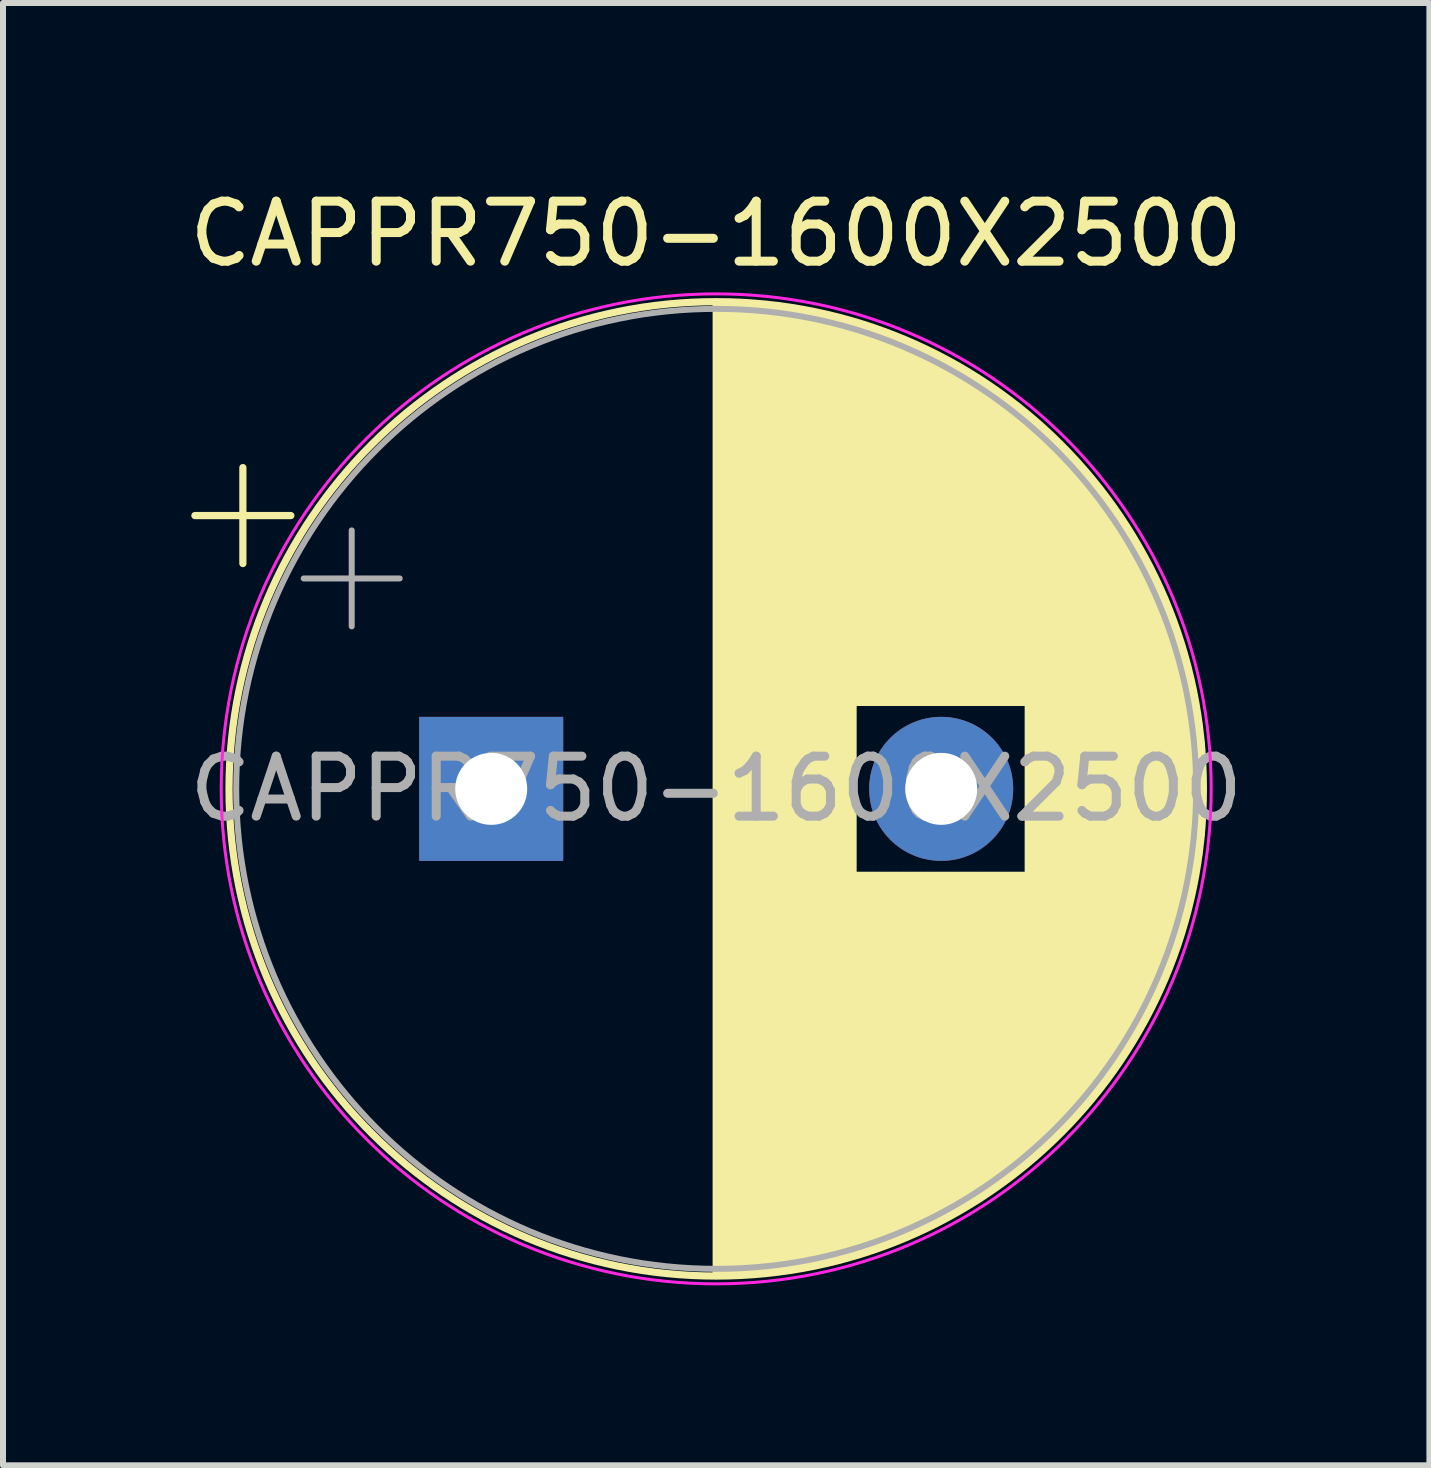
<source format=kicad_pcb>
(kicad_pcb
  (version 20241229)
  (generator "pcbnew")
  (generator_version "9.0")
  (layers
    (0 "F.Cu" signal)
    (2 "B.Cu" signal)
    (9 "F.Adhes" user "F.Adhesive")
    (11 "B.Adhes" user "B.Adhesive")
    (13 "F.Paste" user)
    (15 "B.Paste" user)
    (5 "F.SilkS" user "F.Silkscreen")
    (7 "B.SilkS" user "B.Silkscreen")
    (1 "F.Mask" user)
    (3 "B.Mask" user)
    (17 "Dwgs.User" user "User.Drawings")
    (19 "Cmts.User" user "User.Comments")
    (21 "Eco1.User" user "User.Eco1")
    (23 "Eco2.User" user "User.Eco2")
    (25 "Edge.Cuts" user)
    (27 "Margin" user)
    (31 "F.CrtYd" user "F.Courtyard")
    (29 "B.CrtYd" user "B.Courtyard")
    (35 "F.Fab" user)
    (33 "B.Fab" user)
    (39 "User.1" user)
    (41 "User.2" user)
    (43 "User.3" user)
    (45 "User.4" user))
  (footprint "CAPPR750-1600X2500"
    (layer "F.Cu")
    (at 5.137 10.098)
    (property "Reference" "CAPPR750-1600X2500" (at 3.75 -9.25 0) (layer "F.SilkS") (effects (font (size 1 1) (thickness 0.15))))
    (attr through_hole)
    (fp_line (start -4.939 -4.555) (end -3.339 -4.555) (stroke (width 0.12) (type solid)) (layer "F.SilkS"))
    (fp_line (start -4.139 -5.355) (end -4.139 -3.755) (stroke (width 0.12) (type solid)) (layer "F.SilkS"))
    (fp_line (start 3.75 -8.081) (end 3.75 8.081) (stroke (width 0.12) (type solid)) (layer "F.SilkS"))
    (fp_line (start 3.79 -8.08) (end 3.79 8.08) (stroke (width 0.12) (type solid)) (layer "F.SilkS"))
    (fp_line (start 3.83 -8.08) (end 3.83 8.08) (stroke (width 0.12) (type solid)) (layer "F.SilkS"))
    (fp_line (start 3.87 -8.08) (end 3.87 8.08) (stroke (width 0.12) (type solid)) (layer "F.SilkS"))
    (fp_line (start 3.91 -8.079) (end 3.91 8.079) (stroke (width 0.12) (type solid)) (layer "F.SilkS"))
    (fp_line (start 3.95 -8.078) (end 3.95 8.078) (stroke (width 0.12) (type solid)) (layer "F.SilkS"))
    (fp_line (start 3.99 -8.077) (end 3.99 8.077) (stroke (width 0.12) (type solid)) (layer "F.SilkS"))
    (fp_line (start 4.03 -8.076) (end 4.03 8.076) (stroke (width 0.12) (type solid)) (layer "F.SilkS"))
    (fp_line (start 4.07 -8.074) (end 4.07 8.074) (stroke (width 0.12) (type solid)) (layer "F.SilkS"))
    (fp_line (start 4.11 -8.073) (end 4.11 8.073) (stroke (width 0.12) (type solid)) (layer "F.SilkS"))
    (fp_line (start 4.15 -8.071) (end 4.15 8.071) (stroke (width 0.12) (type solid)) (layer "F.SilkS"))
    (fp_line (start 4.19 -8.069) (end 4.19 8.069) (stroke (width 0.12) (type solid)) (layer "F.SilkS"))
    (fp_line (start 4.23 -8.066) (end 4.23 8.066) (stroke (width 0.12) (type solid)) (layer "F.SilkS"))
    (fp_line (start 4.27 -8.064) (end 4.27 8.064) (stroke (width 0.12) (type solid)) (layer "F.SilkS"))
    (fp_line (start 4.31 -8.061) (end 4.31 8.061) (stroke (width 0.12) (type solid)) (layer "F.SilkS"))
    (fp_line (start 4.35 -8.058) (end 4.35 8.058) (stroke (width 0.12) (type solid)) (layer "F.SilkS"))
    (fp_line (start 4.39 -8.055) (end 4.39 8.055) (stroke (width 0.12) (type solid)) (layer "F.SilkS"))
    (fp_line (start 4.43 -8.052) (end 4.43 8.052) (stroke (width 0.12) (type solid)) (layer "F.SilkS"))
    (fp_line (start 4.471 -8.049) (end 4.471 8.049) (stroke (width 0.12) (type solid)) (layer "F.SilkS"))
    (fp_line (start 4.511 -8.045) (end 4.511 8.045) (stroke (width 0.12) (type solid)) (layer "F.SilkS"))
    (fp_line (start 4.551 -8.041) (end 4.551 8.041) (stroke (width 0.12) (type solid)) (layer "F.SilkS"))
    (fp_line (start 4.591 -8.037) (end 4.591 8.037) (stroke (width 0.12) (type solid)) (layer "F.SilkS"))
    (fp_line (start 4.631 -8.033) (end 4.631 8.033) (stroke (width 0.12) (type solid)) (layer "F.SilkS"))
    (fp_line (start 4.671 -8.028) (end 4.671 8.028) (stroke (width 0.12) (type solid)) (layer "F.SilkS"))
    (fp_line (start 4.711 -8.024) (end 4.711 8.024) (stroke (width 0.12) (type solid)) (layer "F.SilkS"))
    (fp_line (start 4.751 -8.019) (end 4.751 8.019) (stroke (width 0.12) (type solid)) (layer "F.SilkS"))
    (fp_line (start 4.791 -8.014) (end 4.791 8.014) (stroke (width 0.12) (type solid)) (layer "F.SilkS"))
    (fp_line (start 4.831 -8.008) (end 4.831 8.008) (stroke (width 0.12) (type solid)) (layer "F.SilkS"))
    (fp_line (start 4.871 -8.003) (end 4.871 8.003) (stroke (width 0.12) (type solid)) (layer "F.SilkS"))
    (fp_line (start 4.911 -7.997) (end 4.911 7.997) (stroke (width 0.12) (type solid)) (layer "F.SilkS"))
    (fp_line (start 4.951 -7.991) (end 4.951 7.991) (stroke (width 0.12) (type solid)) (layer "F.SilkS"))
    (fp_line (start 4.991 -7.985) (end 4.991 7.985) (stroke (width 0.12) (type solid)) (layer "F.SilkS"))
    (fp_line (start 5.031 -7.979) (end 5.031 7.979) (stroke (width 0.12) (type solid)) (layer "F.SilkS"))
    (fp_line (start 5.071 -7.972) (end 5.071 7.972) (stroke (width 0.12) (type solid)) (layer "F.SilkS"))
    (fp_line (start 5.111 -7.966) (end 5.111 7.966) (stroke (width 0.12) (type solid)) (layer "F.SilkS"))
    (fp_line (start 5.151 -7.959) (end 5.151 7.959) (stroke (width 0.12) (type solid)) (layer "F.SilkS"))
    (fp_line (start 5.191 -7.952) (end 5.191 7.952) (stroke (width 0.12) (type solid)) (layer "F.SilkS"))
    (fp_line (start 5.231 -7.944) (end 5.231 7.944) (stroke (width 0.12) (type solid)) (layer "F.SilkS"))
    (fp_line (start 5.271 -7.937) (end 5.271 7.937) (stroke (width 0.12) (type solid)) (layer "F.SilkS"))
    (fp_line (start 5.311 -7.929) (end 5.311 7.929) (stroke (width 0.12) (type solid)) (layer "F.SilkS"))
    (fp_line (start 5.351 -7.921) (end 5.351 7.921) (stroke (width 0.12) (type solid)) (layer "F.SilkS"))
    (fp_line (start 5.391 -7.913) (end 5.391 7.913) (stroke (width 0.12) (type solid)) (layer "F.SilkS"))
    (fp_line (start 5.431 -7.905) (end 5.431 7.905) (stroke (width 0.12) (type solid)) (layer "F.SilkS"))
    (fp_line (start 5.471 -7.896) (end 5.471 7.896) (stroke (width 0.12) (type solid)) (layer "F.SilkS"))
    (fp_line (start 5.511 -7.887) (end 5.511 7.887) (stroke (width 0.12) (type solid)) (layer "F.SilkS"))
    (fp_line (start 5.551 -7.878) (end 5.551 7.878) (stroke (width 0.12) (type solid)) (layer "F.SilkS"))
    (fp_line (start 5.591 -7.869) (end 5.591 7.869) (stroke (width 0.12) (type solid)) (layer "F.SilkS"))
    (fp_line (start 5.631 -7.86) (end 5.631 7.86) (stroke (width 0.12) (type solid)) (layer "F.SilkS"))
    (fp_line (start 5.671 -7.85) (end 5.671 7.85) (stroke (width 0.12) (type solid)) (layer "F.SilkS"))
    (fp_line (start 5.711 -7.84) (end 5.711 7.84) (stroke (width 0.12) (type solid)) (layer "F.SilkS"))
    (fp_line (start 5.751 -7.83) (end 5.751 7.83) (stroke (width 0.12) (type solid)) (layer "F.SilkS"))
    (fp_line (start 5.791 -7.82) (end 5.791 7.82) (stroke (width 0.12) (type solid)) (layer "F.SilkS"))
    (fp_line (start 5.831 -7.81) (end 5.831 7.81) (stroke (width 0.12) (type solid)) (layer "F.SilkS"))
    (fp_line (start 5.871 -7.799) (end 5.871 7.799) (stroke (width 0.12) (type solid)) (layer "F.SilkS"))
    (fp_line (start 5.911 -7.788) (end 5.911 7.788) (stroke (width 0.12) (type solid)) (layer "F.SilkS"))
    (fp_line (start 5.951 -7.777) (end 5.951 7.777) (stroke (width 0.12) (type solid)) (layer "F.SilkS"))
    (fp_line (start 5.991 -7.765) (end 5.991 7.765) (stroke (width 0.12) (type solid)) (layer "F.SilkS"))
    (fp_line (start 6.031 -7.754) (end 6.031 7.754) (stroke (width 0.12) (type solid)) (layer "F.SilkS"))
    (fp_line (start 6.071 -7.742) (end 6.071 -1.44) (stroke (width 0.12) (type solid)) (layer "F.SilkS"))
    (fp_line (start 6.071 1.44) (end 6.071 7.742) (stroke (width 0.12) (type solid)) (layer "F.SilkS"))
    (fp_line (start 6.111 -7.73) (end 6.111 -1.44) (stroke (width 0.12) (type solid)) (layer "F.SilkS"))
    (fp_line (start 6.111 1.44) (end 6.111 7.73) (stroke (width 0.12) (type solid)) (layer "F.SilkS"))
    (fp_line (start 6.151 -7.718) (end 6.151 -1.44) (stroke (width 0.12) (type solid)) (layer "F.SilkS"))
    (fp_line (start 6.151 1.44) (end 6.151 7.718) (stroke (width 0.12) (type solid)) (layer "F.SilkS"))
    (fp_line (start 6.191 -7.705) (end 6.191 -1.44) (stroke (width 0.12) (type solid)) (layer "F.SilkS"))
    (fp_line (start 6.191 1.44) (end 6.191 7.705) (stroke (width 0.12) (type solid)) (layer "F.SilkS"))
    (fp_line (start 6.231 -7.693) (end 6.231 -1.44) (stroke (width 0.12) (type solid)) (layer "F.SilkS"))
    (fp_line (start 6.231 1.44) (end 6.231 7.693) (stroke (width 0.12) (type solid)) (layer "F.SilkS"))
    (fp_line (start 6.271 -7.68) (end 6.271 -1.44) (stroke (width 0.12) (type solid)) (layer "F.SilkS"))
    (fp_line (start 6.271 1.44) (end 6.271 7.68) (stroke (width 0.12) (type solid)) (layer "F.SilkS"))
    (fp_line (start 6.311 -7.666) (end 6.311 -1.44) (stroke (width 0.12) (type solid)) (layer "F.SilkS"))
    (fp_line (start 6.311 1.44) (end 6.311 7.666) (stroke (width 0.12) (type solid)) (layer "F.SilkS"))
    (fp_line (start 6.351 -7.653) (end 6.351 -1.44) (stroke (width 0.12) (type solid)) (layer "F.SilkS"))
    (fp_line (start 6.351 1.44) (end 6.351 7.653) (stroke (width 0.12) (type solid)) (layer "F.SilkS"))
    (fp_line (start 6.391 -7.639) (end 6.391 -1.44) (stroke (width 0.12) (type solid)) (layer "F.SilkS"))
    (fp_line (start 6.391 1.44) (end 6.391 7.639) (stroke (width 0.12) (type solid)) (layer "F.SilkS"))
    (fp_line (start 6.431 -7.625) (end 6.431 -1.44) (stroke (width 0.12) (type solid)) (layer "F.SilkS"))
    (fp_line (start 6.431 1.44) (end 6.431 7.625) (stroke (width 0.12) (type solid)) (layer "F.SilkS"))
    (fp_line (start 6.471 -7.611) (end 6.471 -1.44) (stroke (width 0.12) (type solid)) (layer "F.SilkS"))
    (fp_line (start 6.471 1.44) (end 6.471 7.611) (stroke (width 0.12) (type solid)) (layer "F.SilkS"))
    (fp_line (start 6.511 -7.597) (end 6.511 -1.44) (stroke (width 0.12) (type solid)) (layer "F.SilkS"))
    (fp_line (start 6.511 1.44) (end 6.511 7.597) (stroke (width 0.12) (type solid)) (layer "F.SilkS"))
    (fp_line (start 6.551 -7.582) (end 6.551 -1.44) (stroke (width 0.12) (type solid)) (layer "F.SilkS"))
    (fp_line (start 6.551 1.44) (end 6.551 7.582) (stroke (width 0.12) (type solid)) (layer "F.SilkS"))
    (fp_line (start 6.591 -7.568) (end 6.591 -1.44) (stroke (width 0.12) (type solid)) (layer "F.SilkS"))
    (fp_line (start 6.591 1.44) (end 6.591 7.568) (stroke (width 0.12) (type solid)) (layer "F.SilkS"))
    (fp_line (start 6.631 -7.553) (end 6.631 -1.44) (stroke (width 0.12) (type solid)) (layer "F.SilkS"))
    (fp_line (start 6.631 1.44) (end 6.631 7.553) (stroke (width 0.12) (type solid)) (layer "F.SilkS"))
    (fp_line (start 6.671 -7.537) (end 6.671 -1.44) (stroke (width 0.12) (type solid)) (layer "F.SilkS"))
    (fp_line (start 6.671 1.44) (end 6.671 7.537) (stroke (width 0.12) (type solid)) (layer "F.SilkS"))
    (fp_line (start 6.711 -7.522) (end 6.711 -1.44) (stroke (width 0.12) (type solid)) (layer "F.SilkS"))
    (fp_line (start 6.711 1.44) (end 6.711 7.522) (stroke (width 0.12) (type solid)) (layer "F.SilkS"))
    (fp_line (start 6.751 -7.506) (end 6.751 -1.44) (stroke (width 0.12) (type solid)) (layer "F.SilkS"))
    (fp_line (start 6.751 1.44) (end 6.751 7.506) (stroke (width 0.12) (type solid)) (layer "F.SilkS"))
    (fp_line (start 6.791 -7.49) (end 6.791 -1.44) (stroke (width 0.12) (type solid)) (layer "F.SilkS"))
    (fp_line (start 6.791 1.44) (end 6.791 7.49) (stroke (width 0.12) (type solid)) (layer "F.SilkS"))
    (fp_line (start 6.831 -7.474) (end 6.831 -1.44) (stroke (width 0.12) (type solid)) (layer "F.SilkS"))
    (fp_line (start 6.831 1.44) (end 6.831 7.474) (stroke (width 0.12) (type solid)) (layer "F.SilkS"))
    (fp_line (start 6.871 -7.457) (end 6.871 -1.44) (stroke (width 0.12) (type solid)) (layer "F.SilkS"))
    (fp_line (start 6.871 1.44) (end 6.871 7.457) (stroke (width 0.12) (type solid)) (layer "F.SilkS"))
    (fp_line (start 6.911 -7.44) (end 6.911 -1.44) (stroke (width 0.12) (type solid)) (layer "F.SilkS"))
    (fp_line (start 6.911 1.44) (end 6.911 7.44) (stroke (width 0.12) (type solid)) (layer "F.SilkS"))
    (fp_line (start 6.951 -7.423) (end 6.951 -1.44) (stroke (width 0.12) (type solid)) (layer "F.SilkS"))
    (fp_line (start 6.951 1.44) (end 6.951 7.423) (stroke (width 0.12) (type solid)) (layer "F.SilkS"))
    (fp_line (start 6.991 -7.406) (end 6.991 -1.44) (stroke (width 0.12) (type solid)) (layer "F.SilkS"))
    (fp_line (start 6.991 1.44) (end 6.991 7.406) (stroke (width 0.12) (type solid)) (layer "F.SilkS"))
    (fp_line (start 7.031 -7.389) (end 7.031 -1.44) (stroke (width 0.12) (type solid)) (layer "F.SilkS"))
    (fp_line (start 7.031 1.44) (end 7.031 7.389) (stroke (width 0.12) (type solid)) (layer "F.SilkS"))
    (fp_line (start 7.071 -7.371) (end 7.071 -1.44) (stroke (width 0.12) (type solid)) (layer "F.SilkS"))
    (fp_line (start 7.071 1.44) (end 7.071 7.371) (stroke (width 0.12) (type solid)) (layer "F.SilkS"))
    (fp_line (start 7.111 -7.353) (end 7.111 -1.44) (stroke (width 0.12) (type solid)) (layer "F.SilkS"))
    (fp_line (start 7.111 1.44) (end 7.111 7.353) (stroke (width 0.12) (type solid)) (layer "F.SilkS"))
    (fp_line (start 7.151 -7.334) (end 7.151 -1.44) (stroke (width 0.12) (type solid)) (layer "F.SilkS"))
    (fp_line (start 7.151 1.44) (end 7.151 7.334) (stroke (width 0.12) (type solid)) (layer "F.SilkS"))
    (fp_line (start 7.191 -7.316) (end 7.191 -1.44) (stroke (width 0.12) (type solid)) (layer "F.SilkS"))
    (fp_line (start 7.191 1.44) (end 7.191 7.316) (stroke (width 0.12) (type solid)) (layer "F.SilkS"))
    (fp_line (start 7.231 -7.297) (end 7.231 -1.44) (stroke (width 0.12) (type solid)) (layer "F.SilkS"))
    (fp_line (start 7.231 1.44) (end 7.231 7.297) (stroke (width 0.12) (type solid)) (layer "F.SilkS"))
    (fp_line (start 7.271 -7.278) (end 7.271 -1.44) (stroke (width 0.12) (type solid)) (layer "F.SilkS"))
    (fp_line (start 7.271 1.44) (end 7.271 7.278) (stroke (width 0.12) (type solid)) (layer "F.SilkS"))
    (fp_line (start 7.311 -7.258) (end 7.311 -1.44) (stroke (width 0.12) (type solid)) (layer "F.SilkS"))
    (fp_line (start 7.311 1.44) (end 7.311 7.258) (stroke (width 0.12) (type solid)) (layer "F.SilkS"))
    (fp_line (start 7.351 -7.239) (end 7.351 -1.44) (stroke (width 0.12) (type solid)) (layer "F.SilkS"))
    (fp_line (start 7.351 1.44) (end 7.351 7.239) (stroke (width 0.12) (type solid)) (layer "F.SilkS"))
    (fp_line (start 7.391 -7.219) (end 7.391 -1.44) (stroke (width 0.12) (type solid)) (layer "F.SilkS"))
    (fp_line (start 7.391 1.44) (end 7.391 7.219) (stroke (width 0.12) (type solid)) (layer "F.SilkS"))
    (fp_line (start 7.431 -7.199) (end 7.431 -1.44) (stroke (width 0.12) (type solid)) (layer "F.SilkS"))
    (fp_line (start 7.431 1.44) (end 7.431 7.199) (stroke (width 0.12) (type solid)) (layer "F.SilkS"))
    (fp_line (start 7.471 -7.178) (end 7.471 -1.44) (stroke (width 0.12) (type solid)) (layer "F.SilkS"))
    (fp_line (start 7.471 1.44) (end 7.471 7.178) (stroke (width 0.12) (type solid)) (layer "F.SilkS"))
    (fp_line (start 7.511 -7.157) (end 7.511 -1.44) (stroke (width 0.12) (type solid)) (layer "F.SilkS"))
    (fp_line (start 7.511 1.44) (end 7.511 7.157) (stroke (width 0.12) (type solid)) (layer "F.SilkS"))
    (fp_line (start 7.551 -7.136) (end 7.551 -1.44) (stroke (width 0.12) (type solid)) (layer "F.SilkS"))
    (fp_line (start 7.551 1.44) (end 7.551 7.136) (stroke (width 0.12) (type solid)) (layer "F.SilkS"))
    (fp_line (start 7.591 -7.115) (end 7.591 -1.44) (stroke (width 0.12) (type solid)) (layer "F.SilkS"))
    (fp_line (start 7.591 1.44) (end 7.591 7.115) (stroke (width 0.12) (type solid)) (layer "F.SilkS"))
    (fp_line (start 7.631 -7.094) (end 7.631 -1.44) (stroke (width 0.12) (type solid)) (layer "F.SilkS"))
    (fp_line (start 7.631 1.44) (end 7.631 7.094) (stroke (width 0.12) (type solid)) (layer "F.SilkS"))
    (fp_line (start 7.671 -7.072) (end 7.671 -1.44) (stroke (width 0.12) (type solid)) (layer "F.SilkS"))
    (fp_line (start 7.671 1.44) (end 7.671 7.072) (stroke (width 0.12) (type solid)) (layer "F.SilkS"))
    (fp_line (start 7.711 -7.049) (end 7.711 -1.44) (stroke (width 0.12) (type solid)) (layer "F.SilkS"))
    (fp_line (start 7.711 1.44) (end 7.711 7.049) (stroke (width 0.12) (type solid)) (layer "F.SilkS"))
    (fp_line (start 7.751 -7.027) (end 7.751 -1.44) (stroke (width 0.12) (type solid)) (layer "F.SilkS"))
    (fp_line (start 7.751 1.44) (end 7.751 7.027) (stroke (width 0.12) (type solid)) (layer "F.SilkS"))
    (fp_line (start 7.791 -7.004) (end 7.791 -1.44) (stroke (width 0.12) (type solid)) (layer "F.SilkS"))
    (fp_line (start 7.791 1.44) (end 7.791 7.004) (stroke (width 0.12) (type solid)) (layer "F.SilkS"))
    (fp_line (start 7.831 -6.981) (end 7.831 -1.44) (stroke (width 0.12) (type solid)) (layer "F.SilkS"))
    (fp_line (start 7.831 1.44) (end 7.831 6.981) (stroke (width 0.12) (type solid)) (layer "F.SilkS"))
    (fp_line (start 7.871 -6.958) (end 7.871 -1.44) (stroke (width 0.12) (type solid)) (layer "F.SilkS"))
    (fp_line (start 7.871 1.44) (end 7.871 6.958) (stroke (width 0.12) (type solid)) (layer "F.SilkS"))
    (fp_line (start 7.911 -6.934) (end 7.911 -1.44) (stroke (width 0.12) (type solid)) (layer "F.SilkS"))
    (fp_line (start 7.911 1.44) (end 7.911 6.934) (stroke (width 0.12) (type solid)) (layer "F.SilkS"))
    (fp_line (start 7.951 -6.91) (end 7.951 -1.44) (stroke (width 0.12) (type solid)) (layer "F.SilkS"))
    (fp_line (start 7.951 1.44) (end 7.951 6.91) (stroke (width 0.12) (type solid)) (layer "F.SilkS"))
    (fp_line (start 7.991 -6.886) (end 7.991 -1.44) (stroke (width 0.12) (type solid)) (layer "F.SilkS"))
    (fp_line (start 7.991 1.44) (end 7.991 6.886) (stroke (width 0.12) (type solid)) (layer "F.SilkS"))
    (fp_line (start 8.031 -6.861) (end 8.031 -1.44) (stroke (width 0.12) (type solid)) (layer "F.SilkS"))
    (fp_line (start 8.031 1.44) (end 8.031 6.861) (stroke (width 0.12) (type solid)) (layer "F.SilkS"))
    (fp_line (start 8.071 -6.836) (end 8.071 -1.44) (stroke (width 0.12) (type solid)) (layer "F.SilkS"))
    (fp_line (start 8.071 1.44) (end 8.071 6.836) (stroke (width 0.12) (type solid)) (layer "F.SilkS"))
    (fp_line (start 8.111 -6.811) (end 8.111 -1.44) (stroke (width 0.12) (type solid)) (layer "F.SilkS"))
    (fp_line (start 8.111 1.44) (end 8.111 6.811) (stroke (width 0.12) (type solid)) (layer "F.SilkS"))
    (fp_line (start 8.151 -6.785) (end 8.151 -1.44) (stroke (width 0.12) (type solid)) (layer "F.SilkS"))
    (fp_line (start 8.151 1.44) (end 8.151 6.785) (stroke (width 0.12) (type solid)) (layer "F.SilkS"))
    (fp_line (start 8.191 -6.759) (end 8.191 -1.44) (stroke (width 0.12) (type solid)) (layer "F.SilkS"))
    (fp_line (start 8.191 1.44) (end 8.191 6.759) (stroke (width 0.12) (type solid)) (layer "F.SilkS"))
    (fp_line (start 8.231 -6.733) (end 8.231 -1.44) (stroke (width 0.12) (type solid)) (layer "F.SilkS"))
    (fp_line (start 8.231 1.44) (end 8.231 6.733) (stroke (width 0.12) (type solid)) (layer "F.SilkS"))
    (fp_line (start 8.271 -6.706) (end 8.271 -1.44) (stroke (width 0.12) (type solid)) (layer "F.SilkS"))
    (fp_line (start 8.271 1.44) (end 8.271 6.706) (stroke (width 0.12) (type solid)) (layer "F.SilkS"))
    (fp_line (start 8.311 -6.679) (end 8.311 -1.44) (stroke (width 0.12) (type solid)) (layer "F.SilkS"))
    (fp_line (start 8.311 1.44) (end 8.311 6.679) (stroke (width 0.12) (type solid)) (layer "F.SilkS"))
    (fp_line (start 8.351 -6.652) (end 8.351 -1.44) (stroke (width 0.12) (type solid)) (layer "F.SilkS"))
    (fp_line (start 8.351 1.44) (end 8.351 6.652) (stroke (width 0.12) (type solid)) (layer "F.SilkS"))
    (fp_line (start 8.391 -6.624) (end 8.391 -1.44) (stroke (width 0.12) (type solid)) (layer "F.SilkS"))
    (fp_line (start 8.391 1.44) (end 8.391 6.624) (stroke (width 0.12) (type solid)) (layer "F.SilkS"))
    (fp_line (start 8.431 -6.596) (end 8.431 -1.44) (stroke (width 0.12) (type solid)) (layer "F.SilkS"))
    (fp_line (start 8.431 1.44) (end 8.431 6.596) (stroke (width 0.12) (type solid)) (layer "F.SilkS"))
    (fp_line (start 8.471 -6.568) (end 8.471 -1.44) (stroke (width 0.12) (type solid)) (layer "F.SilkS"))
    (fp_line (start 8.471 1.44) (end 8.471 6.568) (stroke (width 0.12) (type solid)) (layer "F.SilkS"))
    (fp_line (start 8.511 -6.539) (end 8.511 -1.44) (stroke (width 0.12) (type solid)) (layer "F.SilkS"))
    (fp_line (start 8.511 1.44) (end 8.511 6.539) (stroke (width 0.12) (type solid)) (layer "F.SilkS"))
    (fp_line (start 8.551 -6.51) (end 8.551 -1.44) (stroke (width 0.12) (type solid)) (layer "F.SilkS"))
    (fp_line (start 8.551 1.44) (end 8.551 6.51) (stroke (width 0.12) (type solid)) (layer "F.SilkS"))
    (fp_line (start 8.591 -6.48) (end 8.591 -1.44) (stroke (width 0.12) (type solid)) (layer "F.SilkS"))
    (fp_line (start 8.591 1.44) (end 8.591 6.48) (stroke (width 0.12) (type solid)) (layer "F.SilkS"))
    (fp_line (start 8.631 -6.45) (end 8.631 -1.44) (stroke (width 0.12) (type solid)) (layer "F.SilkS"))
    (fp_line (start 8.631 1.44) (end 8.631 6.45) (stroke (width 0.12) (type solid)) (layer "F.SilkS"))
    (fp_line (start 8.671 -6.42) (end 8.671 -1.44) (stroke (width 0.12) (type solid)) (layer "F.SilkS"))
    (fp_line (start 8.671 1.44) (end 8.671 6.42) (stroke (width 0.12) (type solid)) (layer "F.SilkS"))
    (fp_line (start 8.711 -6.39) (end 8.711 -1.44) (stroke (width 0.12) (type solid)) (layer "F.SilkS"))
    (fp_line (start 8.711 1.44) (end 8.711 6.39) (stroke (width 0.12) (type solid)) (layer "F.SilkS"))
    (fp_line (start 8.751 -6.358) (end 8.751 -1.44) (stroke (width 0.12) (type solid)) (layer "F.SilkS"))
    (fp_line (start 8.751 1.44) (end 8.751 6.358) (stroke (width 0.12) (type solid)) (layer "F.SilkS"))
    (fp_line (start 8.791 -6.327) (end 8.791 -1.44) (stroke (width 0.12) (type solid)) (layer "F.SilkS"))
    (fp_line (start 8.791 1.44) (end 8.791 6.327) (stroke (width 0.12) (type solid)) (layer "F.SilkS"))
    (fp_line (start 8.831 -6.295) (end 8.831 -1.44) (stroke (width 0.12) (type solid)) (layer "F.SilkS"))
    (fp_line (start 8.831 1.44) (end 8.831 6.295) (stroke (width 0.12) (type solid)) (layer "F.SilkS"))
    (fp_line (start 8.871 -6.263) (end 8.871 -1.44) (stroke (width 0.12) (type solid)) (layer "F.SilkS"))
    (fp_line (start 8.871 1.44) (end 8.871 6.263) (stroke (width 0.12) (type solid)) (layer "F.SilkS"))
    (fp_line (start 8.911 -6.23) (end 8.911 -1.44) (stroke (width 0.12) (type solid)) (layer "F.SilkS"))
    (fp_line (start 8.911 1.44) (end 8.911 6.23) (stroke (width 0.12) (type solid)) (layer "F.SilkS"))
    (fp_line (start 8.951 -6.197) (end 8.951 6.197) (stroke (width 0.12) (type solid)) (layer "F.SilkS"))
    (fp_line (start 8.991 -6.163) (end 8.991 6.163) (stroke (width 0.12) (type solid)) (layer "F.SilkS"))
    (fp_line (start 9.031 -6.129) (end 9.031 6.129) (stroke (width 0.12) (type solid)) (layer "F.SilkS"))
    (fp_line (start 9.071 -6.095) (end 9.071 6.095) (stroke (width 0.12) (type solid)) (layer "F.SilkS"))
    (fp_line (start 9.111 -6.06) (end 9.111 6.06) (stroke (width 0.12) (type solid)) (layer "F.SilkS"))
    (fp_line (start 9.151 -6.025) (end 9.151 6.025) (stroke (width 0.12) (type solid)) (layer "F.SilkS"))
    (fp_line (start 9.191 -5.989) (end 9.191 5.989) (stroke (width 0.12) (type solid)) (layer "F.SilkS"))
    (fp_line (start 9.231 -5.952) (end 9.231 5.952) (stroke (width 0.12) (type solid)) (layer "F.SilkS"))
    (fp_line (start 9.271 -5.916) (end 9.271 5.916) (stroke (width 0.12) (type solid)) (layer "F.SilkS"))
    (fp_line (start 9.311 -5.878) (end 9.311 5.878) (stroke (width 0.12) (type solid)) (layer "F.SilkS"))
    (fp_line (start 9.351 -5.84) (end 9.351 5.84) (stroke (width 0.12) (type solid)) (layer "F.SilkS"))
    (fp_line (start 9.391 -5.802) (end 9.391 5.802) (stroke (width 0.12) (type solid)) (layer "F.SilkS"))
    (fp_line (start 9.431 -5.763) (end 9.431 5.763) (stroke (width 0.12) (type solid)) (layer "F.SilkS"))
    (fp_line (start 9.471 -5.724) (end 9.471 5.724) (stroke (width 0.12) (type solid)) (layer "F.SilkS"))
    (fp_line (start 9.511 -5.684) (end 9.511 5.684) (stroke (width 0.12) (type solid)) (layer "F.SilkS"))
    (fp_line (start 9.551 -5.643) (end 9.551 5.643) (stroke (width 0.12) (type solid)) (layer "F.SilkS"))
    (fp_line (start 9.591 -5.602) (end 9.591 5.602) (stroke (width 0.12) (type solid)) (layer "F.SilkS"))
    (fp_line (start 9.631 -5.56) (end 9.631 5.56) (stroke (width 0.12) (type solid)) (layer "F.SilkS"))
    (fp_line (start 9.671 -5.518) (end 9.671 5.518) (stroke (width 0.12) (type solid)) (layer "F.SilkS"))
    (fp_line (start 9.711 -5.475) (end 9.711 5.475) (stroke (width 0.12) (type solid)) (layer "F.SilkS"))
    (fp_line (start 9.751 -5.432) (end 9.751 5.432) (stroke (width 0.12) (type solid)) (layer "F.SilkS"))
    (fp_line (start 9.791 -5.388) (end 9.791 5.388) (stroke (width 0.12) (type solid)) (layer "F.SilkS"))
    (fp_line (start 9.831 -5.343) (end 9.831 5.343) (stroke (width 0.12) (type solid)) (layer "F.SilkS"))
    (fp_line (start 9.871 -5.297) (end 9.871 5.297) (stroke (width 0.12) (type solid)) (layer "F.SilkS"))
    (fp_line (start 9.911 -5.251) (end 9.911 5.251) (stroke (width 0.12) (type solid)) (layer "F.SilkS"))
    (fp_line (start 9.951 -5.204) (end 9.951 5.204) (stroke (width 0.12) (type solid)) (layer "F.SilkS"))
    (fp_line (start 9.991 -5.156) (end 9.991 5.156) (stroke (width 0.12) (type solid)) (layer "F.SilkS"))
    (fp_line (start 10.031 -5.108) (end 10.031 5.108) (stroke (width 0.12) (type solid)) (layer "F.SilkS"))
    (fp_line (start 10.071 -5.059) (end 10.071 5.059) (stroke (width 0.12) (type solid)) (layer "F.SilkS"))
    (fp_line (start 10.111 -5.009) (end 10.111 5.009) (stroke (width 0.12) (type solid)) (layer "F.SilkS"))
    (fp_line (start 10.151 -4.958) (end 10.151 4.958) (stroke (width 0.12) (type solid)) (layer "F.SilkS"))
    (fp_line (start 10.191 -4.906) (end 10.191 4.906) (stroke (width 0.12) (type solid)) (layer "F.SilkS"))
    (fp_line (start 10.231 -4.854) (end 10.231 4.854) (stroke (width 0.12) (type solid)) (layer "F.SilkS"))
    (fp_line (start 10.271 -4.8) (end 10.271 4.8) (stroke (width 0.12) (type solid)) (layer "F.SilkS"))
    (fp_line (start 10.311 -4.746) (end 10.311 4.746) (stroke (width 0.12) (type solid)) (layer "F.SilkS"))
    (fp_line (start 10.351 -4.691) (end 10.351 4.691) (stroke (width 0.12) (type solid)) (layer "F.SilkS"))
    (fp_line (start 10.391 -4.634) (end 10.391 4.634) (stroke (width 0.12) (type solid)) (layer "F.SilkS"))
    (fp_line (start 10.431 -4.577) (end 10.431 4.577) (stroke (width 0.12) (type solid)) (layer "F.SilkS"))
    (fp_line (start 10.471 -4.519) (end 10.471 4.519) (stroke (width 0.12) (type solid)) (layer "F.SilkS"))
    (fp_line (start 10.511 -4.459) (end 10.511 4.459) (stroke (width 0.12) (type solid)) (layer "F.SilkS"))
    (fp_line (start 10.551 -4.398) (end 10.551 4.398) (stroke (width 0.12) (type solid)) (layer "F.SilkS"))
    (fp_line (start 10.591 -4.336) (end 10.591 4.336) (stroke (width 0.12) (type solid)) (layer "F.SilkS"))
    (fp_line (start 10.631 -4.273) (end 10.631 4.273) (stroke (width 0.12) (type solid)) (layer "F.SilkS"))
    (fp_line (start 10.671 -4.209) (end 10.671 4.209) (stroke (width 0.12) (type solid)) (layer "F.SilkS"))
    (fp_line (start 10.711 -4.143) (end 10.711 4.143) (stroke (width 0.12) (type solid)) (layer "F.SilkS"))
    (fp_line (start 10.751 -4.076) (end 10.751 4.076) (stroke (width 0.12) (type solid)) (layer "F.SilkS"))
    (fp_line (start 10.791 -4.007) (end 10.791 4.007) (stroke (width 0.12) (type solid)) (layer "F.SilkS"))
    (fp_line (start 10.831 -3.936) (end 10.831 3.936) (stroke (width 0.12) (type solid)) (layer "F.SilkS"))
    (fp_line (start 10.871 -3.864) (end 10.871 3.864) (stroke (width 0.12) (type solid)) (layer "F.SilkS"))
    (fp_line (start 10.911 -3.79) (end 10.911 3.79) (stroke (width 0.12) (type solid)) (layer "F.SilkS"))
    (fp_line (start 10.951 -3.715) (end 10.951 3.715) (stroke (width 0.12) (type solid)) (layer "F.SilkS"))
    (fp_line (start 10.991 -3.637) (end 10.991 3.637) (stroke (width 0.12) (type solid)) (layer "F.SilkS"))
    (fp_line (start 11.031 -3.557) (end 11.031 3.557) (stroke (width 0.12) (type solid)) (layer "F.SilkS"))
    (fp_line (start 11.071 -3.475) (end 11.071 3.475) (stroke (width 0.12) (type solid)) (layer "F.SilkS"))
    (fp_line (start 11.111 -3.39) (end 11.111 3.39) (stroke (width 0.12) (type solid)) (layer "F.SilkS"))
    (fp_line (start 11.151 -3.303) (end 11.151 3.303) (stroke (width 0.12) (type solid)) (layer "F.SilkS"))
    (fp_line (start 11.191 -3.213) (end 11.191 3.213) (stroke (width 0.12) (type solid)) (layer "F.SilkS"))
    (fp_line (start 11.231 -3.12) (end 11.231 3.12) (stroke (width 0.12) (type solid)) (layer "F.SilkS"))
    (fp_line (start 11.271 -3.024) (end 11.271 3.024) (stroke (width 0.12) (type solid)) (layer "F.SilkS"))
    (fp_line (start 11.311 -2.924) (end 11.311 2.924) (stroke (width 0.12) (type solid)) (layer "F.SilkS"))
    (fp_line (start 11.351 -2.82) (end 11.351 2.82) (stroke (width 0.12) (type solid)) (layer "F.SilkS"))
    (fp_line (start 11.391 -2.711) (end 11.391 2.711) (stroke (width 0.12) (type solid)) (layer "F.SilkS"))
    (fp_line (start 11.431 -2.597) (end 11.431 2.597) (stroke (width 0.12) (type solid)) (layer "F.SilkS"))
    (fp_line (start 11.471 -2.478) (end 11.471 2.478) (stroke (width 0.12) (type solid)) (layer "F.SilkS"))
    (fp_line (start 11.511 -2.351) (end 11.511 2.351) (stroke (width 0.12) (type solid)) (layer "F.SilkS"))
    (fp_line (start 11.551 -2.218) (end 11.551 2.218) (stroke (width 0.12) (type solid)) (layer "F.SilkS"))
    (fp_line (start 11.591 -2.074) (end 11.591 2.074) (stroke (width 0.12) (type solid)) (layer "F.SilkS"))
    (fp_line (start 11.631 -1.92) (end 11.631 1.92) (stroke (width 0.12) (type solid)) (layer "F.SilkS"))
    (fp_line (start 11.671 -1.752) (end 11.671 1.752) (stroke (width 0.12) (type solid)) (layer "F.SilkS"))
    (fp_line (start 11.711 -1.564) (end 11.711 1.564) (stroke (width 0.12) (type solid)) (layer "F.SilkS"))
    (fp_line (start 11.751 -1.351) (end 11.751 1.351) (stroke (width 0.12) (type solid)) (layer "F.SilkS"))
    (fp_line (start 11.791 -1.098) (end 11.791 1.098) (stroke (width 0.12) (type solid)) (layer "F.SilkS"))
    (fp_line (start 11.831 -0.765) (end 11.831 0.765) (stroke (width 0.12) (type solid)) (layer "F.SilkS"))
    (fp_circle (center 3.75 0) (end 11.87 0) (stroke (width 0.12) (type solid)) (fill no) (layer "F.SilkS"))
    (fp_circle (center 3.75 0) (end 12 0) (stroke (width 0.05) (type solid)) (fill no) (layer "F.CrtYd"))
    (fp_line (start -3.125 -3.507) (end -1.525 -3.507) (stroke (width 0.1) (type solid)) (layer "F.Fab"))
    (fp_line (start -2.325 -4.308) (end -2.325 -2.708) (stroke (width 0.1) (type solid)) (layer "F.Fab"))
    (fp_circle (center 3.75 0) (end 11.75 0) (stroke (width 0.1) (type solid)) (fill no) (layer "F.Fab"))
    (fp_text user "${REFERENCE}" (at 3.75 0 0) (layer "F.Fab") (effects (font (size 1 1) (thickness 0.15))))
    (pad "1" thru_hole rect (at 0 0) (size 2.4 2.4) (drill 1.2) (layers "*.Cu" "*.Mask"))
    (pad "2" thru_hole circle (at 7.5 0) (size 2.4 2.4) (drill 1.2) (layers "*.Cu" "*.Mask")))
  (gr_rect
    (start -3 -3)
    (end 20.774 21.373)
    (stroke (width 0.1) (type default))
    (fill no)
    (layer "Edge.Cuts")))
</source>
